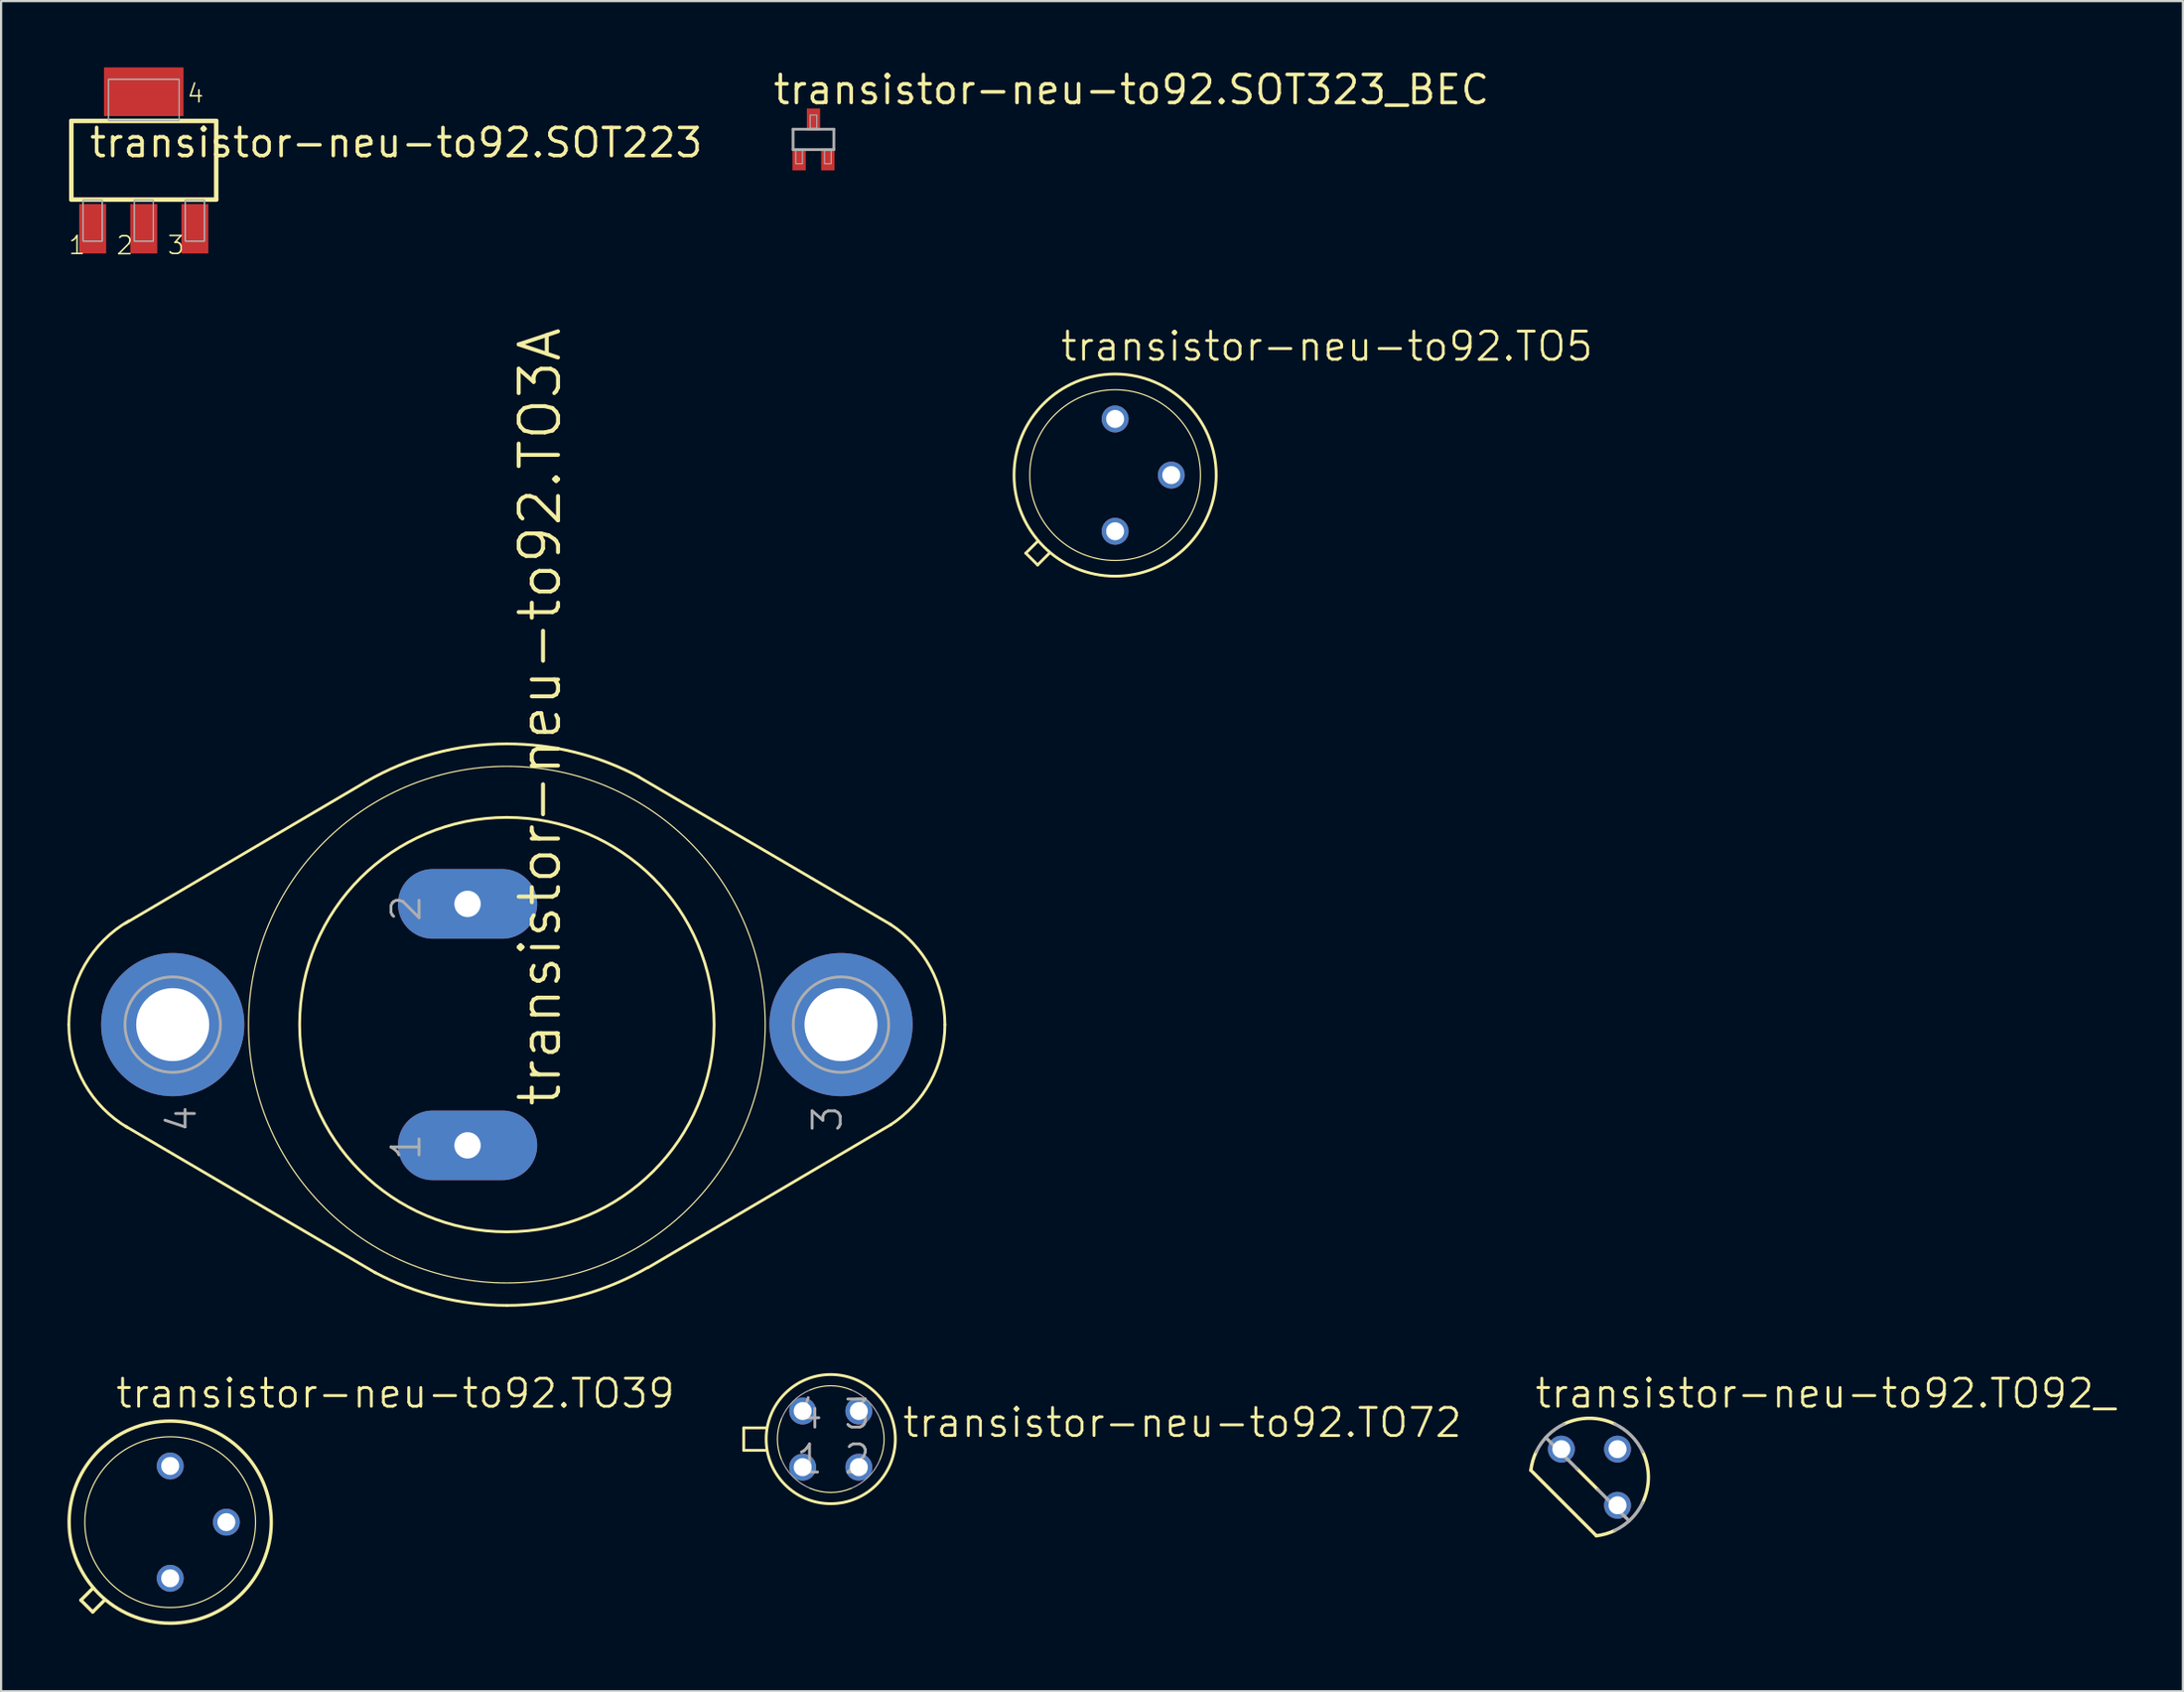
<source format=kicad_pcb>
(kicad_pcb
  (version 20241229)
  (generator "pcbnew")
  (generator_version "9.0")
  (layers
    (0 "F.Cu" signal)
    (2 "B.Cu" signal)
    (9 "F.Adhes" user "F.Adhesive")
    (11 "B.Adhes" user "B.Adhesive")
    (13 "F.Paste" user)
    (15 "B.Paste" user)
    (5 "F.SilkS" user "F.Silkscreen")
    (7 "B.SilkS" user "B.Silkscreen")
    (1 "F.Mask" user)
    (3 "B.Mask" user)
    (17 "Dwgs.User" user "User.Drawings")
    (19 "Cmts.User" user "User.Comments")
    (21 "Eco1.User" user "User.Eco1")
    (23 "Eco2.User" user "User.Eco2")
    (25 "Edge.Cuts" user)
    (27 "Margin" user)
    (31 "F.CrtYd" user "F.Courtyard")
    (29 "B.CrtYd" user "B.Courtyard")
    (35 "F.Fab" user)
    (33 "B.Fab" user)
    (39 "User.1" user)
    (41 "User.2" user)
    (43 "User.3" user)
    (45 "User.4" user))
  (footprint "transistor-neu-to92.TO3A"
    (layer "F.Cu")
    (at 19.875 43.296)
    (property "Reference" "transistor-neu-to92.TO3A" (at 2.54 3.81 90) (layer "F.SilkS") (effects (font (size 1.778 1.778) (thickness 0.18)) (justify left bottom)))
    (attr through_hole)
    (fp_line (start -6.35 -10.998) (end -17.272 -4.572) (stroke (width 0.127) (type default)) (layer "F.SilkS"))
    (fp_line (start -5.944 11.227) (end -17.247 4.597) (stroke (width 0.127) (type default)) (layer "F.SilkS"))
    (fp_line (start 5.969 -11.201) (end 17.374 -4.521) (stroke (width 0.127) (type default)) (layer "F.SilkS"))
    (fp_line (start 6.375 10.998) (end 17.374 4.521) (stroke (width 0.127) (type default)) (layer "F.SilkS"))
    (fp_arc (start -19.812 0) (mid -19.08306 -2.712168) (end -17.0927 -4.6935) (stroke (width 0.127) (type default)) (layer "F.SilkS"))
    (fp_arc (start -17.1555 4.657) (mid -19.101186 2.680705) (end -19.812 0) (stroke (width 0.127) (type default)) (layer "F.SilkS"))
    (fp_arc (start -6.3718 -10.9859) (mid -3.299165 -12.263989) (end 0 -12.7) (stroke (width 0.127) (type default)) (layer "F.SilkS"))
    (fp_arc (start 0 -12.7) (mid 3.080216 -12.320822) (end 5.9765 -11.2059) (stroke (width 0.127) (type default)) (layer "F.SilkS"))
    (fp_arc (start 0 12.7) (mid -3.080216 12.320822) (end -5.9765 11.2059) (stroke (width 0.127) (type default)) (layer "F.SilkS"))
    (fp_arc (start 6.3718 10.9859) (mid 3.299165 12.263989) (end 0 12.7) (stroke (width 0.127) (type default)) (layer "F.SilkS"))
    (fp_arc (start 17.3366 -4.545) (mid 19.153012 -2.587691) (end 19.812 0) (stroke (width 0.127) (type default)) (layer "F.SilkS"))
    (fp_arc (start 19.812 0) (mid 19.153012 2.587691) (end 17.3366 4.545) (stroke (width 0.127) (type default)) (layer "F.SilkS"))
    (fp_circle (center 0 0) (end 9.373 0) (stroke (width 0.127) (type default)) (fill no) (layer "F.SilkS"))
    (fp_circle (center 0 0) (end 11.684 0) (stroke (width 0.051) (type default)) (fill no) (layer "F.SilkS"))
    (fp_circle (center -15.113 0) (end -12.954 0) (stroke (width 0.127) (type default)) (fill no) (layer "F.Fab"))
    (fp_circle (center 15.113 0) (end 17.272 0) (stroke (width 0.127) (type default)) (fill no) (layer "F.Fab"))
    (fp_text user "4" (at -13.97 4.953 90) (layer "F.Fab") (effects (font (size 1.27 1.27) (thickness 0.13)) (justify left bottom)))
    (fp_text user "3" (at 15.24 4.953 90) (layer "F.Fab") (effects (font (size 1.27 1.27) (thickness 0.13)) (justify left bottom)))
    (fp_text user "1" (at -3.81 6.223 90) (layer "F.Fab") (effects (font (size 1.27 1.27) (thickness 0.13)) (justify left bottom)))
    (fp_text user "2" (at -3.81 -4.572 90) (layer "F.Fab") (effects (font (size 1.27 1.27) (thickness 0.13)) (justify left bottom)))
    (pad "1" thru_hole oval (at -1.778 5.461) (size 6.299 3.15) (drill 1.194) (layers "*.Cu" "*.Mask"))
    (pad "2" thru_hole oval (at -1.778 -5.461) (size 6.299 3.15) (drill 1.194) (layers "*.Cu" "*.Mask"))
    (pad "3" thru_hole circle (at 15.113 0) (size 6.477 6.477) (drill 3.302) (layers "*.Cu" "*.Mask"))
    (pad "4" thru_hole circle (at -15.113 0) (size 6.477 6.477) (drill 3.302) (layers "*.Cu" "*.Mask")))
  (footprint "transistor-neu-to92.TO39"
    (layer "F.Cu")
    (at 4.648 65.8)
    (property "Reference" "transistor-neu-to92.TO39" (at -2.54 -5.08 0) (layer "F.SilkS") (effects (font (size 1.27 1.27) (thickness 0.13)) (justify left bottom)))
    (attr through_hole)
    (fp_line (start -4.039 3.531) (end -3.505 2.997) (stroke (width 0.152) (type default)) (layer "F.SilkS"))
    (fp_line (start -3.505 4.064) (end -4.039 3.531) (stroke (width 0.152) (type default)) (layer "F.SilkS"))
    (fp_line (start -2.972 3.531) (end -3.505 4.064) (stroke (width 0.152) (type default)) (layer "F.SilkS"))
    (fp_circle (center 0 0) (end 3.861 0) (stroke (width 0.051) (type default)) (fill no) (layer "F.SilkS"))
    (fp_circle (center 0 0) (end 4.572 0) (stroke (width 0.152) (type default)) (fill no) (layer "F.SilkS"))
    (pad "1" thru_hole circle (at 0 2.54) (size 1.219 1.219) (drill 0.813) (layers "*.Cu" "*.Mask"))
    (pad "2" thru_hole circle (at 2.54 0) (size 1.219 1.219) (drill 0.813) (layers "*.Cu" "*.Mask"))
    (pad "3" thru_hole circle (at 0 -2.54) (size 1.219 1.219) (drill 0.813) (layers "*.Cu" "*.Mask")))
  (footprint "transistor-neu-to92.SOT323_BEC"
    (layer "F.Cu")
    (at 33.742 3.255)
    (property "Reference" "transistor-neu-to92.SOT323_BEC" (at -1.905 -1.505 0) (layer "F.SilkS") (effects (font (size 1.27 1.27) (thickness 0.16)) (justify left bottom)))
    (attr smd)
    (fp_line (start -0.922 -0.46) (end 0.922 -0.46) (stroke (width 0.127) (type default)) (layer "F.Fab"))
    (fp_line (start -0.922 0.46) (end -0.922 -0.46) (stroke (width 0.127) (type default)) (layer "F.Fab"))
    (fp_line (start 0.922 -0.46) (end 0.922 0.46) (stroke (width 0.127) (type default)) (layer "F.Fab"))
    (fp_line (start 0.922 0.46) (end -0.922 0.46) (stroke (width 0.127) (type default)) (layer "F.Fab"))
    (fp_rect (start -0.8 1.1) (end -0.5 0.5) (stroke (width 0.05) (type default)) (fill no) (layer "F.Fab"))
    (fp_rect (start -0.15 -0.5) (end 0.15 -1.1) (stroke (width 0.05) (type default)) (fill no) (layer "F.Fab"))
    (fp_rect (start 0.5 1.1) (end 0.8 0.5) (stroke (width 0.05) (type default)) (fill no) (layer "F.Fab"))
    (pad "B" smd roundrect (at -0.65 0.9) (size 0.6 1) (layers "F.Cu" "F.Mask" "F.Paste") (roundrect_rratio 0.01))
    (pad "C" smd roundrect (at 0 -0.9) (size 0.6 1) (layers "F.Cu" "F.Mask" "F.Paste") (roundrect_rratio 0.01))
    (pad "E" smd roundrect (at 0.65 0.9) (size 0.6 1) (layers "F.Cu" "F.Mask" "F.Paste") (roundrect_rratio 0.01)))
  (footprint "transistor-neu-to92.TO92_"
    (layer "F.Cu")
    (at 68.839 63.768)
    (property "Reference" "transistor-neu-to92.TO92_" (at -2.54 -3.048 0) (layer "F.SilkS") (effects (font (size 1.27 1.27) (thickness 0.13)) (justify left bottom)))
    (attr through_hole)
    (fp_line (start -2.649 -0.314) (end 0.314 2.649) (stroke (width 0.152) (type default)) (layer "F.SilkS"))
    (fp_line (start -0.557 -0.377) (end 0.377 0.557) (stroke (width 0.152) (type default)) (layer "F.SilkS"))
    (fp_arc (start -2.649 -0.314) (mid -2.562364 -0.741831) (end -2.4071 -1.1498) (stroke (width 0.1524) (type default)) (layer "F.SilkS"))
    (fp_arc (start -1.1494 -2.4066) (mid 0 -2.666992) (end 1.1494 -2.4066) (stroke (width 0.1524) (type default)) (layer "F.SilkS"))
    (fp_arc (start 1.1498 2.4071) (mid 0.741831 2.562364) (end 0.314 2.649) (stroke (width 0.1524) (type default)) (layer "F.SilkS"))
    (fp_arc (start 2.4066 -1.1494) (mid 2.666992 0) (end 2.4066 1.1494) (stroke (width 0.1524) (type default)) (layer "F.SilkS"))
    (fp_line (start -1.974 -1.794) (end -0.557 -0.377) (stroke (width 0.152) (type default)) (layer "F.Fab"))
    (fp_line (start 0.377 0.557) (end 1.794 1.974) (stroke (width 0.152) (type default)) (layer "F.Fab"))
    (fp_arc (start -2.4066 -1.1494) (mid -1.885848 -1.885848) (end -1.1494 -2.4066) (stroke (width 0.1524) (type default)) (layer "F.Fab"))
    (fp_arc (start 1.1494 -2.4066) (mid 1.885848 -1.885848) (end 2.4066 -1.1494) (stroke (width 0.1524) (type default)) (layer "F.Fab"))
    (fp_arc (start 2.4066 1.1494) (mid 1.885848 1.885848) (end 1.1494 2.4066) (stroke (width 0.1524) (type default)) (layer "F.Fab"))
    (pad "1" thru_hole circle (at 1.27 1.27) (size 1.219 1.219) (drill 0.813) (layers "*.Cu" "*.Mask"))
    (pad "2" thru_hole circle (at 1.27 -1.27) (size 1.219 1.219) (drill 0.813) (layers "*.Cu" "*.Mask"))
    (pad "3" thru_hole circle (at -1.27 -1.27) (size 1.219 1.219) (drill 0.813) (layers "*.Cu" "*.Mask")))
  (footprint "transistor-neu-to92.TO5"
    (layer "F.Cu")
    (at 47.386 18.44)
    (property "Reference" "transistor-neu-to92.TO5" (at -2.54 -5.08 0) (layer "F.SilkS") (effects (font (size 1.27 1.27) (thickness 0.13)) (justify left bottom)))
    (attr through_hole)
    (fp_line (start -4.039 3.531) (end -3.505 2.997) (stroke (width 0.127) (type default)) (layer "F.SilkS"))
    (fp_line (start -3.505 4.064) (end -4.039 3.531) (stroke (width 0.127) (type default)) (layer "F.SilkS"))
    (fp_line (start -2.972 3.531) (end -3.505 4.064) (stroke (width 0.127) (type default)) (layer "F.SilkS"))
    (fp_circle (center 0 0) (end 3.861 0) (stroke (width 0.051) (type default)) (fill no) (layer "F.SilkS"))
    (fp_circle (center 0 0) (end 4.572 0) (stroke (width 0.127) (type default)) (fill no) (layer "F.SilkS"))
    (pad "1" thru_hole circle (at 0 2.54) (size 1.219 1.219) (drill 0.813) (layers "*.Cu" "*.Mask"))
    (pad "2" thru_hole circle (at 2.54 0) (size 1.219 1.219) (drill 0.813) (layers "*.Cu" "*.Mask"))
    (pad "3" thru_hole circle (at 0 -2.54) (size 1.219 1.219) (drill 0.813) (layers "*.Cu" "*.Mask")))
  (footprint "transistor-neu-to92.TO72"
    (layer "F.Cu")
    (at 34.524 62.044)
    (property "Reference" "transistor-neu-to92.TO72" (at 3.175 0 0) (layer "F.SilkS") (effects (font (size 1.27 1.27) (thickness 0.13)) (justify left bottom)))
    (attr through_hole)
    (fp_line (start -3.937 -0.508) (end -2.896 -0.508) (stroke (width 0.127) (type default)) (layer "F.SilkS"))
    (fp_line (start -3.937 0.508) (end -3.937 -0.508) (stroke (width 0.127) (type default)) (layer "F.SilkS"))
    (fp_line (start -2.896 0.508) (end -3.937 0.508) (stroke (width 0.127) (type default)) (layer "F.SilkS"))
    (fp_arc (start -2.227 0.9289) (mid -2.412962 0) (end -2.227 -0.9289) (stroke (width 0.0508) (type default)) (layer "F.SilkS"))
    (fp_arc (start -0.9289 -2.227) (mid 0 -2.412962) (end 0.9289 -2.227) (stroke (width 0.0508) (type default)) (layer "F.SilkS"))
    (fp_arc (start 0.9289 2.227) (mid 0 2.412962) (end -0.9289 2.227) (stroke (width 0.0508) (type default)) (layer "F.SilkS"))
    (fp_arc (start 2.227 -0.9289) (mid 2.412962 0) (end 2.227 0.9289) (stroke (width 0.0508) (type default)) (layer "F.SilkS"))
    (fp_circle (center 0 0) (end 2.921 0) (stroke (width 0.127) (type default)) (fill no) (layer "F.SilkS"))
    (fp_arc (start -2.227 -0.9289) (mid -1.706222 -1.706222) (end -0.9289 -2.227) (stroke (width 0.0508) (type default)) (layer "F.Fab"))
    (fp_arc (start -0.9289 2.227) (mid -1.706222 1.706222) (end -2.227 0.9289) (stroke (width 0.0508) (type default)) (layer "F.Fab"))
    (fp_arc (start 0.9289 -2.227) (mid 1.706222 -1.706222) (end 2.227 -0.9289) (stroke (width 0.0508) (type default)) (layer "F.Fab"))
    (fp_arc (start 2.227 0.9289) (mid 1.706222 1.706222) (end 0.9289 2.227) (stroke (width 0.0508) (type default)) (layer "F.Fab"))
    (fp_text user "1" (at -1.651 1.651 0) (layer "F.Fab") (effects (font (size 1.27 1.27) (thickness 0.13)) (justify left bottom)))
    (fp_text user "3" (at 0.508 -0.381 0) (layer "F.Fab") (effects (font (size 1.27 1.27) (thickness 0.13)) (justify left bottom)))
    (fp_text user "4" (at -1.651 -0.381 0) (layer "F.Fab") (effects (font (size 1.27 1.27) (thickness 0.13)) (justify left bottom)))
    (fp_text user "2" (at 0.508 1.651 0) (layer "F.Fab") (effects (font (size 1.27 1.27) (thickness 0.13)) (justify left bottom)))
    (pad "1" thru_hole circle (at -1.27 1.27) (size 1.219 1.219) (drill 0.813) (layers "*.Cu" "*.Mask"))
    (pad "2" thru_hole circle (at 1.27 1.27) (size 1.219 1.219) (drill 0.813) (layers "*.Cu" "*.Mask"))
    (pad "3" thru_hole circle (at 1.27 -1.27) (size 1.219 1.219) (drill 0.813) (layers "*.Cu" "*.Mask"))
    (pad "4" thru_hole circle (at -1.27 -1.27) (size 1.219 1.219) (drill 0.813) (layers "*.Cu" "*.Mask")))
  (footprint "transistor-neu-to92.SOT223"
    (layer "F.Cu")
    (at 3.453 4.199)
    (property "Reference" "transistor-neu-to92.SOT223" (at -2.54 -0.051 0) (layer "F.SilkS") (effects (font (size 1.27 1.27) (thickness 0.16)) (justify left bottom)))
    (attr smd)
    (fp_line (start -3.277 -1.778) (end 3.277 -1.778) (stroke (width 0.203) (type default)) (layer "F.SilkS"))
    (fp_line (start -3.277 1.778) (end -3.277 -1.778) (stroke (width 0.203) (type default)) (layer "F.SilkS"))
    (fp_line (start 3.277 -1.778) (end 3.277 1.778) (stroke (width 0.203) (type default)) (layer "F.SilkS"))
    (fp_line (start 3.277 1.778) (end -3.277 1.778) (stroke (width 0.203) (type default)) (layer "F.SilkS"))
    (fp_rect (start -2.743 3.658) (end -1.88 1.803) (stroke (width 0.05) (type default)) (fill no) (layer "F.Fab"))
    (fp_rect (start -2.743 3.658) (end -1.88 1.803) (stroke (width 0.05) (type default)) (fill no) (layer "F.Fab"))
    (fp_rect (start -1.6 -1.803) (end 1.6 -3.658) (stroke (width 0.05) (type default)) (fill no) (layer "F.Fab"))
    (fp_rect (start -1.6 -1.803) (end 1.6 -3.658) (stroke (width 0.05) (type default)) (fill no) (layer "F.Fab"))
    (fp_rect (start -0.432 3.658) (end 0.432 1.803) (stroke (width 0.05) (type default)) (fill no) (layer "F.Fab"))
    (fp_rect (start -0.432 3.658) (end 0.432 1.803) (stroke (width 0.05) (type default)) (fill no) (layer "F.Fab"))
    (fp_rect (start 1.88 3.658) (end 2.743 1.803) (stroke (width 0.05) (type default)) (fill no) (layer "F.Fab"))
    (fp_rect (start 1.88 3.658) (end 2.743 1.803) (stroke (width 0.05) (type default)) (fill no) (layer "F.Fab"))
    (fp_text user "3" (at 1.021 4.318 0) (layer "F.SilkS") (effects (font (size 0.813 0.813) (thickness 0.07)) (justify left bottom)))
    (fp_text user "1" (at -3.453 4.318 0) (layer "F.SilkS") (effects (font (size 0.813 0.813) (thickness 0.07)) (justify left bottom)))
    (fp_text user "2" (at -1.291 4.327 0) (layer "F.SilkS") (effects (font (size 0.813 0.813) (thickness 0.07)) (justify left bottom)))
    (fp_text user "4" (at 1.905 -2.54 0) (layer "F.SilkS") (effects (font (size 0.813 0.813) (thickness 0.07)) (justify left bottom)))
    (pad "1" smd roundrect (at -2.311 3.099) (size 1.219 2.235) (layers "F.Cu" "F.Mask" "F.Paste") (roundrect_rratio 0.01))
    (pad "2" smd roundrect (at 0 3.099) (size 1.219 2.235) (layers "F.Cu" "F.Mask" "F.Paste") (roundrect_rratio 0.01))
    (pad "3" smd roundrect (at 2.311 3.099) (size 1.219 2.235) (layers "F.Cu" "F.Mask" "F.Paste") (roundrect_rratio 0.01))
    (pad "4" smd roundrect (at 0 -3.099) (size 3.6 2.2) (layers "F.Cu" "F.Mask" "F.Paste") (roundrect_rratio 0.01)))
  (gr_rect
    (start -3 -3)
    (end 95.682 73.448)
    (stroke (width 0.1) (type default))
    (fill no)
    (layer "Edge.Cuts")))
</source>
